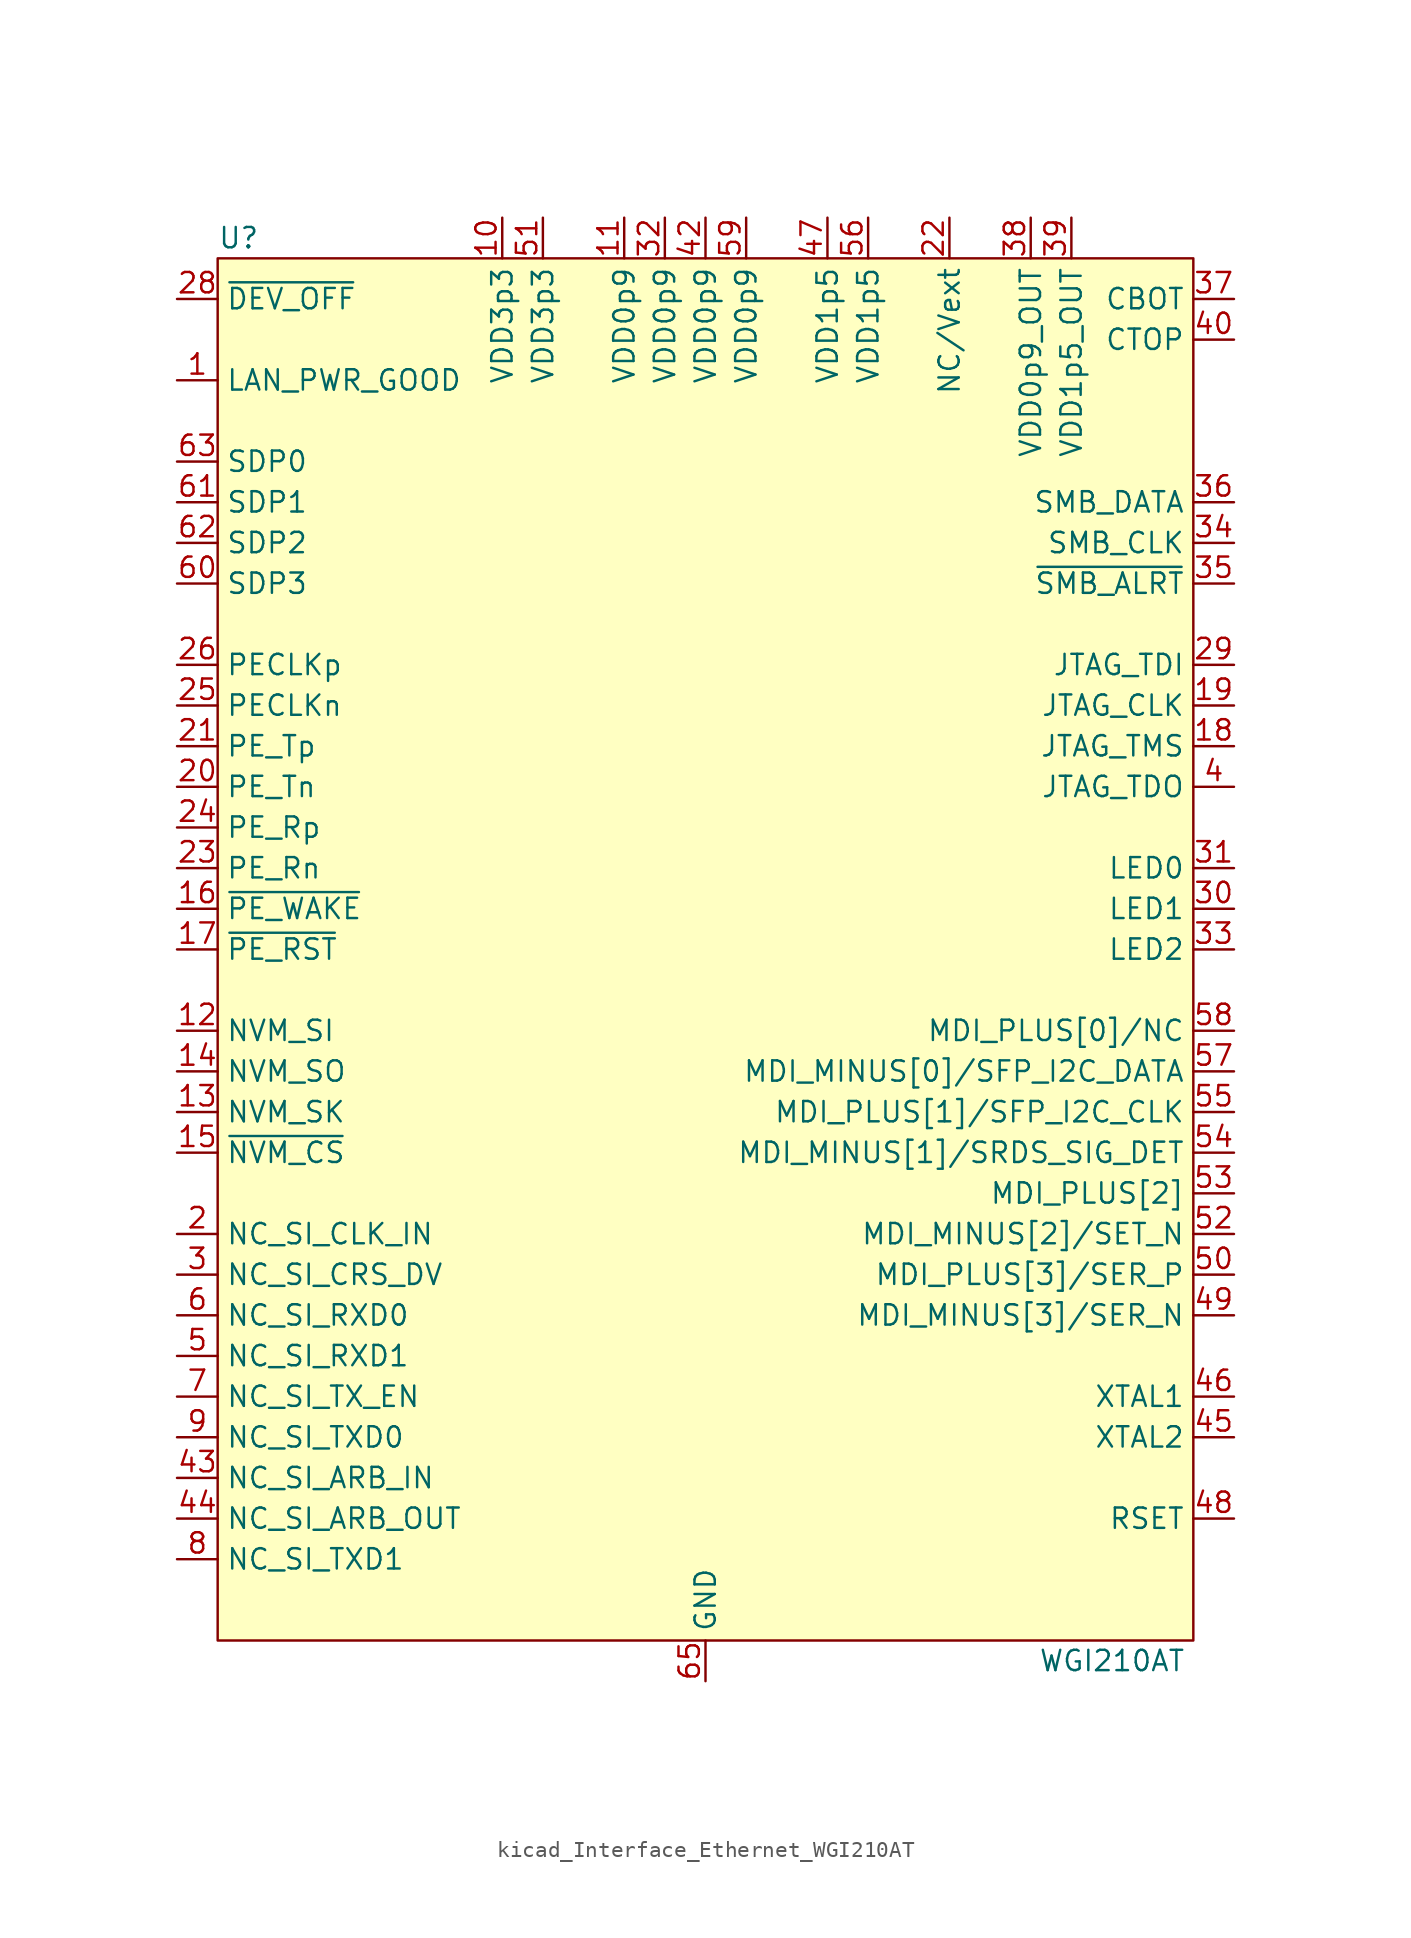
<source format=kicad_sym>
(kicad_symbol_lib
  (version 20220914)
  (generator kicad_symbol_editor)
  (symbol "kicad_Interface_Ethernet_WGI210AT"
    (property "Reference" "U"
      (at -30.48 44.45 0)
      (effects (font (size 1.27 1.27)) (justify left)))
    (property "Value" "WGI210AT"
      (at 25.4 -44.45 0)
      (effects (font (size 1.27 1.27))))
    (symbol "kicad_Interface_Ethernet_WGI210AT_0_1"
      (rectangle (start -30.48 43.18) (end 30.48 -43.18) (stroke (width 0) (type default)) (fill (type background)))
      (pin input line (at -33.02 35.56 0) (length 2.54) (name "LAN_PWR_GOOD" (effects (font (size 1.27 1.27)))) (number "1" (effects (font (size 1.27 1.27)))))
      (pin power_in line (at -12.7 45.72 270) (length 2.54) (name "VDD3p3" (effects (font (size 1.27 1.27)))) (number "10" (effects (font (size 1.27 1.27)))))
      (pin power_in line (at -5.08 45.72 270) (length 2.54) (name "VDD0p9" (effects (font (size 1.27 1.27)))) (number "11" (effects (font (size 1.27 1.27)))))
      (pin output line (at -33.02 -5.08 0) (length 2.54) (name "NVM_SI" (effects (font (size 1.27 1.27)))) (number "12" (effects (font (size 1.27 1.27)))))
      (pin output line (at -33.02 -10.16 0) (length 2.54) (name "NVM_SK" (effects (font (size 1.27 1.27)))) (number "13" (effects (font (size 1.27 1.27)))))
      (pin input line (at -33.02 -7.62 0) (length 2.54) (name "NVM_SO" (effects (font (size 1.27 1.27)))) (number "14" (effects (font (size 1.27 1.27)))))
      (pin output line (at -33.02 -12.7 0) (length 2.54) (name "~{NVM_CS}" (effects (font (size 1.27 1.27)))) (number "15" (effects (font (size 1.27 1.27)))))
      (pin bidirectional line (at -33.02 2.54 0) (length 2.54) (name "~{PE_WAKE}" (effects (font (size 1.27 1.27)))) (number "16" (effects (font (size 1.27 1.27)))))
      (pin input line (at -33.02 0 0) (length 2.54) (name "~{PE_RST}" (effects (font (size 1.27 1.27)))) (number "17" (effects (font (size 1.27 1.27)))))
      (pin input line (at 33.02 12.7 180) (length 2.54) (name "JTAG_TMS" (effects (font (size 1.27 1.27)))) (number "18" (effects (font (size 1.27 1.27)))))
      (pin input line (at 33.02 15.24 180) (length 2.54) (name "JTAG_CLK" (effects (font (size 1.27 1.27)))) (number "19" (effects (font (size 1.27 1.27)))))
      (pin input line (at -33.02 -17.78 0) (length 2.54) (name "NC_SI_CLK_IN" (effects (font (size 1.27 1.27)))) (number "2" (effects (font (size 1.27 1.27)))))
      (pin output line (at -33.02 10.16 0) (length 2.54) (name "PE_Tn" (effects (font (size 1.27 1.27)))) (number "20" (effects (font (size 1.27 1.27)))))
      (pin output line (at -33.02 12.7 0) (length 2.54) (name "PE_Tp" (effects (font (size 1.27 1.27)))) (number "21" (effects (font (size 1.27 1.27)))))
      (pin power_in line (at 15.24 45.72 270) (length 2.54) (name "NC/Vext" (effects (font (size 1.27 1.27)))) (number "22" (effects (font (size 1.27 1.27)))))
      (pin input line (at -33.02 5.08 0) (length 2.54) (name "PE_Rn" (effects (font (size 1.27 1.27)))) (number "23" (effects (font (size 1.27 1.27)))))
      (pin input line (at -33.02 7.62 0) (length 2.54) (name "PE_Rp" (effects (font (size 1.27 1.27)))) (number "24" (effects (font (size 1.27 1.27)))))
      (pin input line (at -33.02 15.24 0) (length 2.54) (name "PECLKn" (effects (font (size 1.27 1.27)))) (number "25" (effects (font (size 1.27 1.27)))))
      (pin input line (at -33.02 17.78 0) (length 2.54) (name "PECLKp" (effects (font (size 1.27 1.27)))) (number "26" (effects (font (size 1.27 1.27)))))
      (pin passive line (at -12.7 45.72 270) (length 2.54) hide (name "VDD3p3" (effects (font (size 1.27 1.27)))) (number "27" (effects (font (size 1.27 1.27)))))
      (pin input line (at -33.02 40.64 0) (length 2.54) (name "~{DEV_OFF}" (effects (font (size 1.27 1.27)))) (number "28" (effects (font (size 1.27 1.27)))))
      (pin input line (at 33.02 17.78 180) (length 2.54) (name "JTAG_TDI" (effects (font (size 1.27 1.27)))) (number "29" (effects (font (size 1.27 1.27)))))
      (pin output line (at -33.02 -20.32 0) (length 2.54) (name "NC_SI_CRS_DV" (effects (font (size 1.27 1.27)))) (number "3" (effects (font (size 1.27 1.27)))))
      (pin output line (at 33.02 2.54 180) (length 2.54) (name "LED1" (effects (font (size 1.27 1.27)))) (number "30" (effects (font (size 1.27 1.27)))))
      (pin output line (at 33.02 5.08 180) (length 2.54) (name "LED0" (effects (font (size 1.27 1.27)))) (number "31" (effects (font (size 1.27 1.27)))))
      (pin power_in line (at -2.54 45.72 270) (length 2.54) (name "VDD0p9" (effects (font (size 1.27 1.27)))) (number "32" (effects (font (size 1.27 1.27)))))
      (pin output line (at 33.02 0 180) (length 2.54) (name "LED2" (effects (font (size 1.27 1.27)))) (number "33" (effects (font (size 1.27 1.27)))))
      (pin bidirectional line (at 33.02 25.4 180) (length 2.54) (name "SMB_CLK" (effects (font (size 1.27 1.27)))) (number "34" (effects (font (size 1.27 1.27)))))
      (pin output line (at 33.02 22.86 180) (length 2.54) (name "~{SMB_ALRT}" (effects (font (size 1.27 1.27)))) (number "35" (effects (font (size 1.27 1.27)))))
      (pin bidirectional line (at 33.02 27.94 180) (length 2.54) (name "SMB_DATA" (effects (font (size 1.27 1.27)))) (number "36" (effects (font (size 1.27 1.27)))))
      (pin passive line (at 33.02 40.64 180) (length 2.54) (name "CBOT" (effects (font (size 1.27 1.27)))) (number "37" (effects (font (size 1.27 1.27)))))
      (pin power_out line (at 20.32 45.72 270) (length 2.54) (name "VDD0p9_OUT" (effects (font (size 1.27 1.27)))) (number "38" (effects (font (size 1.27 1.27)))))
      (pin power_out line (at 22.86 45.72 270) (length 2.54) (name "VDD1p5_OUT" (effects (font (size 1.27 1.27)))) (number "39" (effects (font (size 1.27 1.27)))))
      (pin output line (at 33.02 10.16 180) (length 2.54) (name "JTAG_TDO" (effects (font (size 1.27 1.27)))) (number "4" (effects (font (size 1.27 1.27)))))
      (pin passive line (at 33.02 38.1 180) (length 2.54) (name "CTOP" (effects (font (size 1.27 1.27)))) (number "40" (effects (font (size 1.27 1.27)))))
      (pin passive line (at -12.7 45.72 270) (length 2.54) hide (name "VDD3p3" (effects (font (size 1.27 1.27)))) (number "41" (effects (font (size 1.27 1.27)))))
      (pin power_in line (at 0 45.72 270) (length 2.54) (name "VDD0p9" (effects (font (size 1.27 1.27)))) (number "42" (effects (font (size 1.27 1.27)))))
      (pin input line (at -33.02 -33.02 0) (length 2.54) (name "NC_SI_ARB_IN" (effects (font (size 1.27 1.27)))) (number "43" (effects (font (size 1.27 1.27)))))
      (pin output line (at -33.02 -35.56 0) (length 2.54) (name "NC_SI_ARB_OUT" (effects (font (size 1.27 1.27)))) (number "44" (effects (font (size 1.27 1.27)))))
      (pin output line (at 33.02 -30.48 180) (length 2.54) (name "XTAL2" (effects (font (size 1.27 1.27)))) (number "45" (effects (font (size 1.27 1.27)))))
      (pin input line (at 33.02 -27.94 180) (length 2.54) (name "XTAL1" (effects (font (size 1.27 1.27)))) (number "46" (effects (font (size 1.27 1.27)))))
      (pin power_in line (at 7.62 45.72 270) (length 2.54) (name "VDD1p5" (effects (font (size 1.27 1.27)))) (number "47" (effects (font (size 1.27 1.27)))))
      (pin passive line (at 33.02 -35.56 180) (length 2.54) (name "RSET" (effects (font (size 1.27 1.27)))) (number "48" (effects (font (size 1.27 1.27)))))
      (pin bidirectional line (at 33.02 -22.86 180) (length 2.54) (name "MDI_MINUS[3]/SER_N" (effects (font (size 1.27 1.27)))) (number "49" (effects (font (size 1.27 1.27)))))
      (pin output line (at -33.02 -25.4 0) (length 2.54) (name "NC_SI_RXD1" (effects (font (size 1.27 1.27)))) (number "5" (effects (font (size 1.27 1.27)))))
      (pin bidirectional line (at 33.02 -20.32 180) (length 2.54) (name "MDI_PLUS[3]/SER_P" (effects (font (size 1.27 1.27)))) (number "50" (effects (font (size 1.27 1.27)))))
      (pin power_in line (at -10.16 45.72 270) (length 2.54) (name "VDD3p3" (effects (font (size 1.27 1.27)))) (number "51" (effects (font (size 1.27 1.27)))))
      (pin bidirectional line (at 33.02 -17.78 180) (length 2.54) (name "MDI_MINUS[2]/SET_N" (effects (font (size 1.27 1.27)))) (number "52" (effects (font (size 1.27 1.27)))))
      (pin bidirectional line (at 33.02 -15.24 180) (length 2.54) (name "MDI_PLUS[2]" (effects (font (size 1.27 1.27)))) (number "53" (effects (font (size 1.27 1.27)))))
      (pin bidirectional line (at 33.02 -12.7 180) (length 2.54) (name "MDI_MINUS[1]/SRDS_SIG_DET" (effects (font (size 1.27 1.27)))) (number "54" (effects (font (size 1.27 1.27)))))
      (pin bidirectional line (at 33.02 -10.16 180) (length 2.54) (name "MDI_PLUS[1]/SFP_I2C_CLK" (effects (font (size 1.27 1.27)))) (number "55" (effects (font (size 1.27 1.27)))))
      (pin power_in line (at 10.16 45.72 270) (length 2.54) (name "VDD1p5" (effects (font (size 1.27 1.27)))) (number "56" (effects (font (size 1.27 1.27)))))
      (pin bidirectional line (at 33.02 -7.62 180) (length 2.54) (name "MDI_MINUS[0]/SFP_I2C_DATA" (effects (font (size 1.27 1.27)))) (number "57" (effects (font (size 1.27 1.27)))))
      (pin bidirectional line (at 33.02 -5.08 180) (length 2.54) (name "MDI_PLUS[0]/NC" (effects (font (size 1.27 1.27)))) (number "58" (effects (font (size 1.27 1.27)))))
      (pin power_in line (at 2.54 45.72 270) (length 2.54) (name "VDD0p9" (effects (font (size 1.27 1.27)))) (number "59" (effects (font (size 1.27 1.27)))))
      (pin output line (at -33.02 -22.86 0) (length 2.54) (name "NC_SI_RXD0" (effects (font (size 1.27 1.27)))) (number "6" (effects (font (size 1.27 1.27)))))
      (pin bidirectional line (at -33.02 22.86 0) (length 2.54) (name "SDP3" (effects (font (size 1.27 1.27)))) (number "60" (effects (font (size 1.27 1.27)))))
      (pin bidirectional line (at -33.02 27.94 0) (length 2.54) (name "SDP1" (effects (font (size 1.27 1.27)))) (number "61" (effects (font (size 1.27 1.27)))))
      (pin bidirectional line (at -33.02 25.4 0) (length 2.54) (name "SDP2" (effects (font (size 1.27 1.27)))) (number "62" (effects (font (size 1.27 1.27)))))
      (pin bidirectional line (at -33.02 30.48 0) (length 2.54) (name "SDP0" (effects (font (size 1.27 1.27)))) (number "63" (effects (font (size 1.27 1.27)))))
      (pin passive line (at -12.7 45.72 270) (length 2.54) hide (name "VDD3p3" (effects (font (size 1.27 1.27)))) (number "64" (effects (font (size 1.27 1.27)))))
      (pin power_in line (at 0 -45.72 90) (length 2.54) (name "GND" (effects (font (size 1.27 1.27)))) (number "65" (effects (font (size 1.27 1.27)))))
      (pin input line (at -33.02 -27.94 0) (length 2.54) (name "NC_SI_TX_EN" (effects (font (size 1.27 1.27)))) (number "7" (effects (font (size 1.27 1.27)))))
      (pin input line (at -33.02 -38.1 0) (length 2.54) (name "NC_SI_TXD1" (effects (font (size 1.27 1.27)))) (number "8" (effects (font (size 1.27 1.27)))))
      (pin input line (at -33.02 -30.48 0) (length 2.54) (name "NC_SI_TXD0" (effects (font (size 1.27 1.27)))) (number "9" (effects (font (size 1.27 1.27))))))))
</source>
